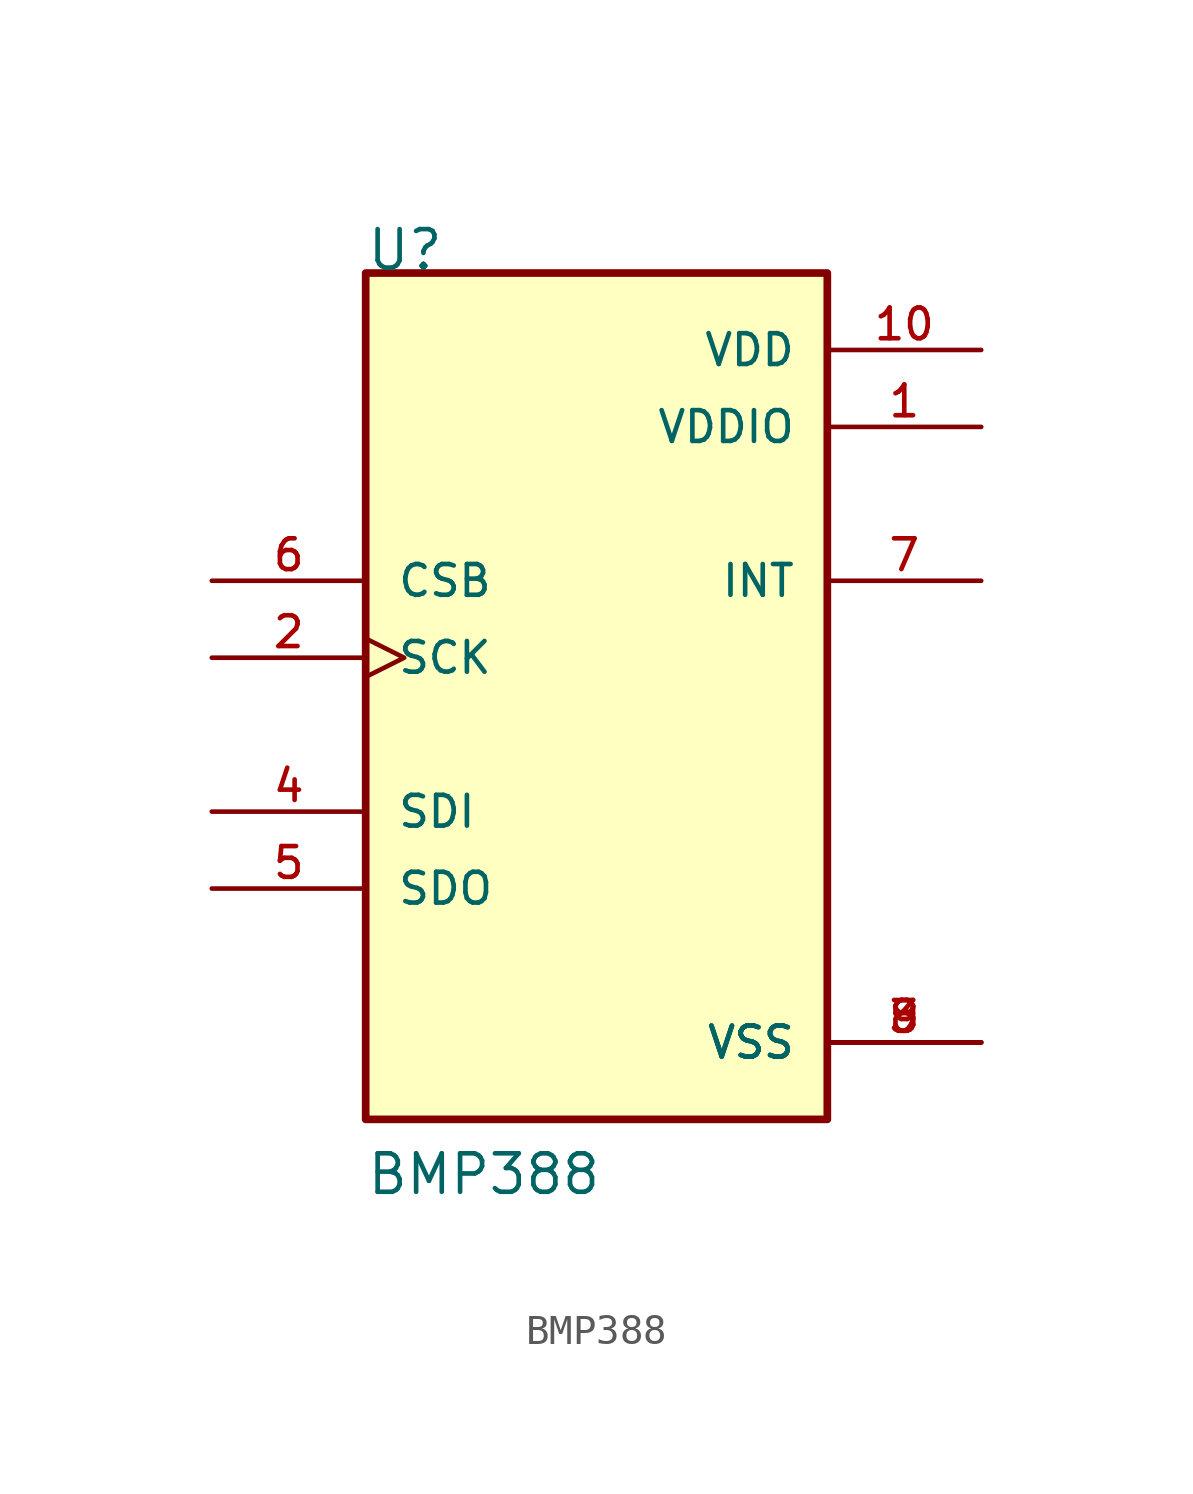
<source format=kicad_sym>
(kicad_symbol_lib
  (version 20231120)
  (generator "kicad_symbol_editor")
  (generator_version "8.0")
  (symbol "BMP388"
    (pin_names
      (offset 1.016))
    (property "Reference" "U"
      (at -7.628 15.256 0)
      (effects (font (size 1.27 1.27)) (justify left bottom)))
    (property "Value" "BMP388"
      (at -7.627 -15.254 0)
      (effects (font (size 1.27 1.27)) (justify left bottom)))
    (symbol "BMP388_0_0"
      (rectangle (start -7.62 -12.7) (end 7.62 15.24) (stroke (width 0.254) (type default)) (fill (type background)))
      (pin power_in line (at 12.7 10.16 180) (length 5.08) (name "VDDIO" (effects (font (size 1.016 1.016)))) (number "1" (effects (font (size 1.016 1.016)))))
      (pin power_in line (at 12.7 12.7 180) (length 5.08) (name "VDD" (effects (font (size 1.016 1.016)))) (number "10" (effects (font (size 1.016 1.016)))))
      (pin input clock (at -12.7 2.54 0) (length 5.08) (name "SCK" (effects (font (size 1.016 1.016)))) (number "2" (effects (font (size 1.016 1.016)))))
      (pin power_in line (at 12.7 -10.16 180) (length 5.08) (name "VSS" (effects (font (size 1.016 1.016)))) (number "3" (effects (font (size 1.016 1.016)))))
      (pin bidirectional line (at -12.7 -2.54 0) (length 5.08) (name "SDI" (effects (font (size 1.016 1.016)))) (number "4" (effects (font (size 1.016 1.016)))))
      (pin bidirectional line (at -12.7 -5.08 0) (length 5.08) (name "SDO" (effects (font (size 1.016 1.016)))) (number "5" (effects (font (size 1.016 1.016)))))
      (pin input line (at -12.7 5.08 0) (length 5.08) (name "CSB" (effects (font (size 1.016 1.016)))) (number "6" (effects (font (size 1.016 1.016)))))
      (pin output line (at 12.7 5.08 180) (length 5.08) (name "INT" (effects (font (size 1.016 1.016)))) (number "7" (effects (font (size 1.016 1.016)))))
      (pin power_in line (at 12.7 -10.16 180) (length 5.08) (name "VSS" (effects (font (size 1.016 1.016)))) (number "8" (effects (font (size 1.016 1.016)))))
      (pin power_in line (at 12.7 -10.16 180) (length 5.08) (name "VSS" (effects (font (size 1.016 1.016)))) (number "9" (effects (font (size 1.016 1.016))))))))
</source>
